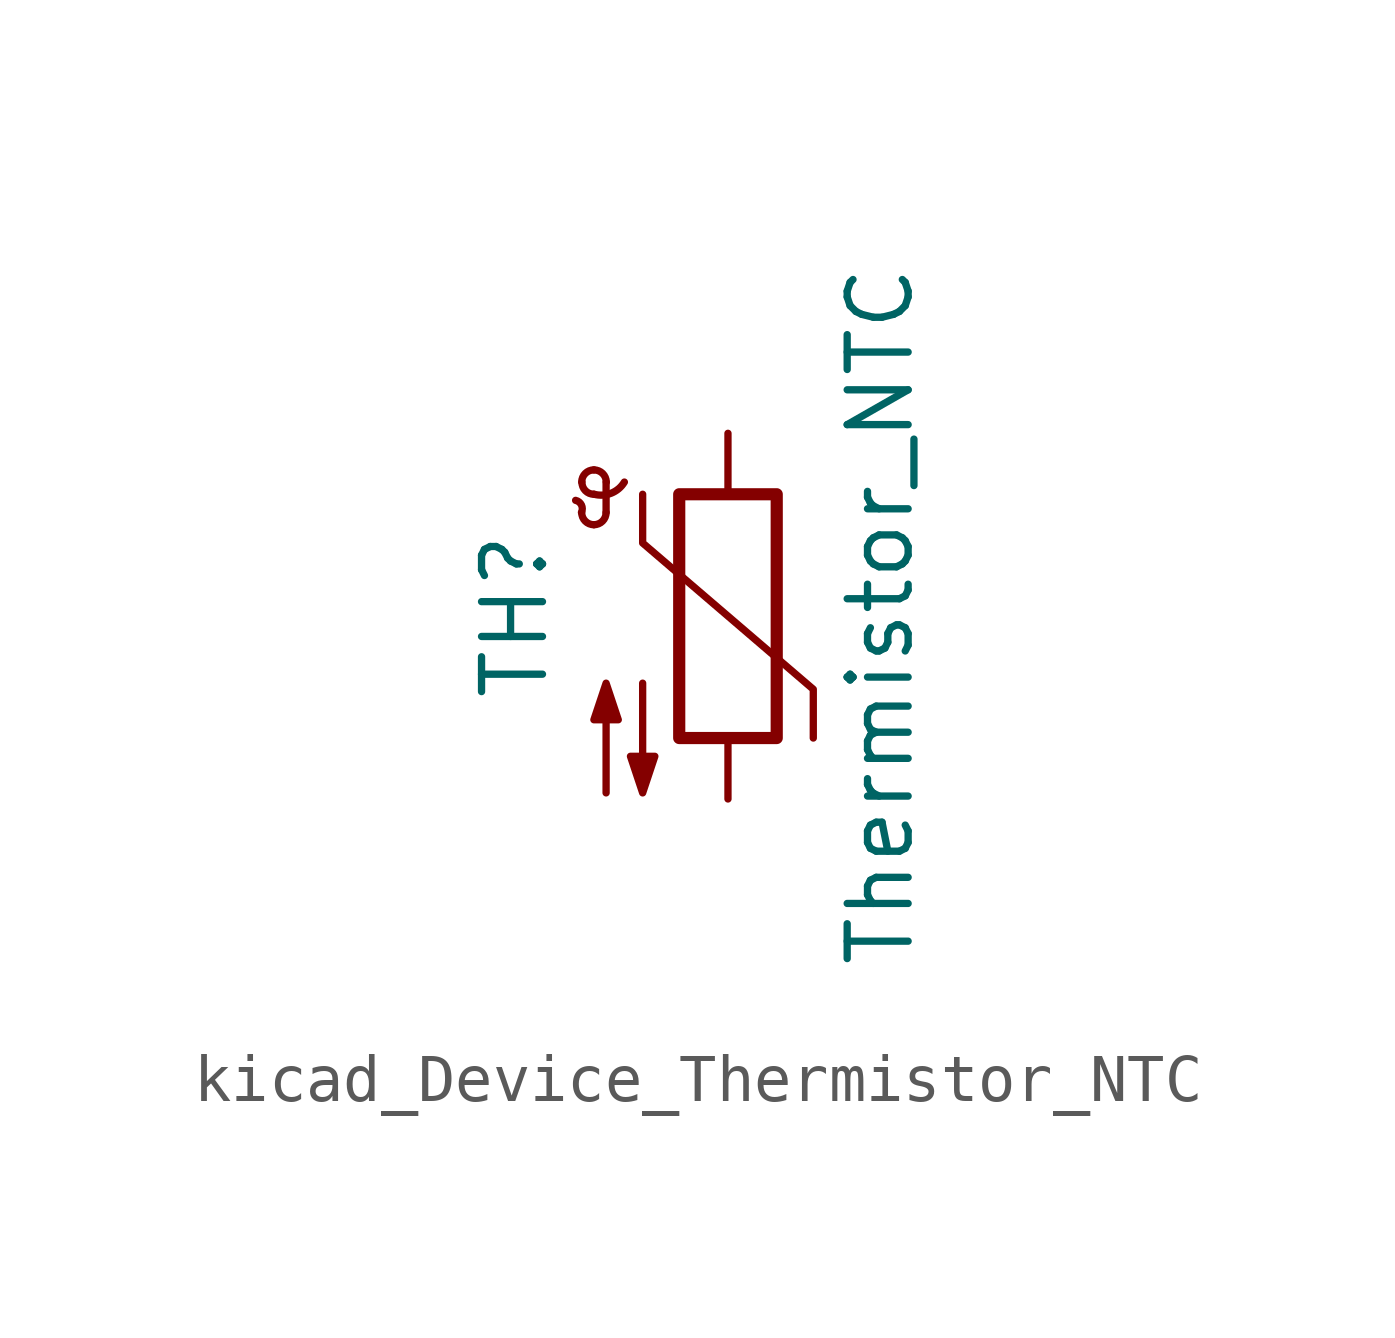
<source format=kicad_sym>
(kicad_symbol_lib
  (version 20220914)
  (generator kicad_symbol_editor)
  (symbol "kicad_Device_Thermistor_NTC"
    (pin_numbers hide)
    (pin_names
      (offset 0))
    (property "Reference" "TH"
      (at -4.445 0 90)
      (effects (font (size 1.27 1.27))))
    (property "Value" "Thermistor_NTC"
      (at 3.175 0 90)
      (effects (font (size 1.27 1.27))))
    (symbol "kicad_Device_Thermistor_NTC_0_1"
      (arc (start -3.048 2.159) (mid -3.0495 2.3143) (end -3.175 2.413) (stroke (width 0) (type default)) (fill (type none)))
      (arc (start -3.048 2.159) (mid -2.9736 1.9794) (end -2.794 1.905) (stroke (width 0) (type default)) (fill (type none)))
      (arc (start -3.048 2.794) (mid -2.9736 2.6144) (end -2.794 2.54) (stroke (width 0) (type default)) (fill (type none)))
      (arc (start -2.794 1.905) (mid -2.6144 1.9794) (end -2.54 2.159) (stroke (width 0) (type default)) (fill (type none)))
      (arc (start -2.794 2.54) (mid -2.4393 2.5587) (end -2.159 2.794) (stroke (width 0) (type default)) (fill (type none)))
      (arc (start -2.794 3.048) (mid -2.9736 2.9736) (end -3.048 2.794) (stroke (width 0) (type default)) (fill (type none)))
      (arc (start -2.54 2.794) (mid -2.6144 2.9736) (end -2.794 3.048) (stroke (width 0) (type default)) (fill (type none)))
      (rectangle (start -1.016 2.54) (end 1.016 -2.54) (stroke (width 0.254) (type default)) (fill (type none)))
      (polyline (pts (xy -2.54 2.159) (xy -2.54 2.794)) (stroke (width 0) (type default)) (fill (type none)))
      (polyline (pts (xy -1.778 2.54) (xy -1.778 1.524) (xy 1.778 -1.524) (xy 1.778 -2.54)) (stroke (width 0) (type default)) (fill (type none)))
      (polyline (pts (xy -2.54 -3.683) (xy -2.54 -1.397) (xy -2.794 -2.159) (xy -2.286 -2.159) (xy -2.54 -1.397) (xy -2.54 -1.651)) (stroke (width 0) (type default)) (fill (type outline)))
      (polyline (pts (xy -1.778 -1.397) (xy -1.778 -3.683) (xy -2.032 -2.921) (xy -1.524 -2.921) (xy -1.778 -3.683) (xy -1.778 -3.429)) (stroke (width 0) (type default)) (fill (type outline))))
    (symbol "kicad_Device_Thermistor_NTC_1_1"
      (pin passive line (at 0 3.81 270) (length 1.27) (name "~" (effects (font (size 1.27 1.27)))) (number "1" (effects (font (size 1.27 1.27)))))
      (pin passive line (at 0 -3.81 90) (length 1.27) (name "~" (effects (font (size 1.27 1.27)))) (number "2" (effects (font (size 1.27 1.27))))))))
</source>
